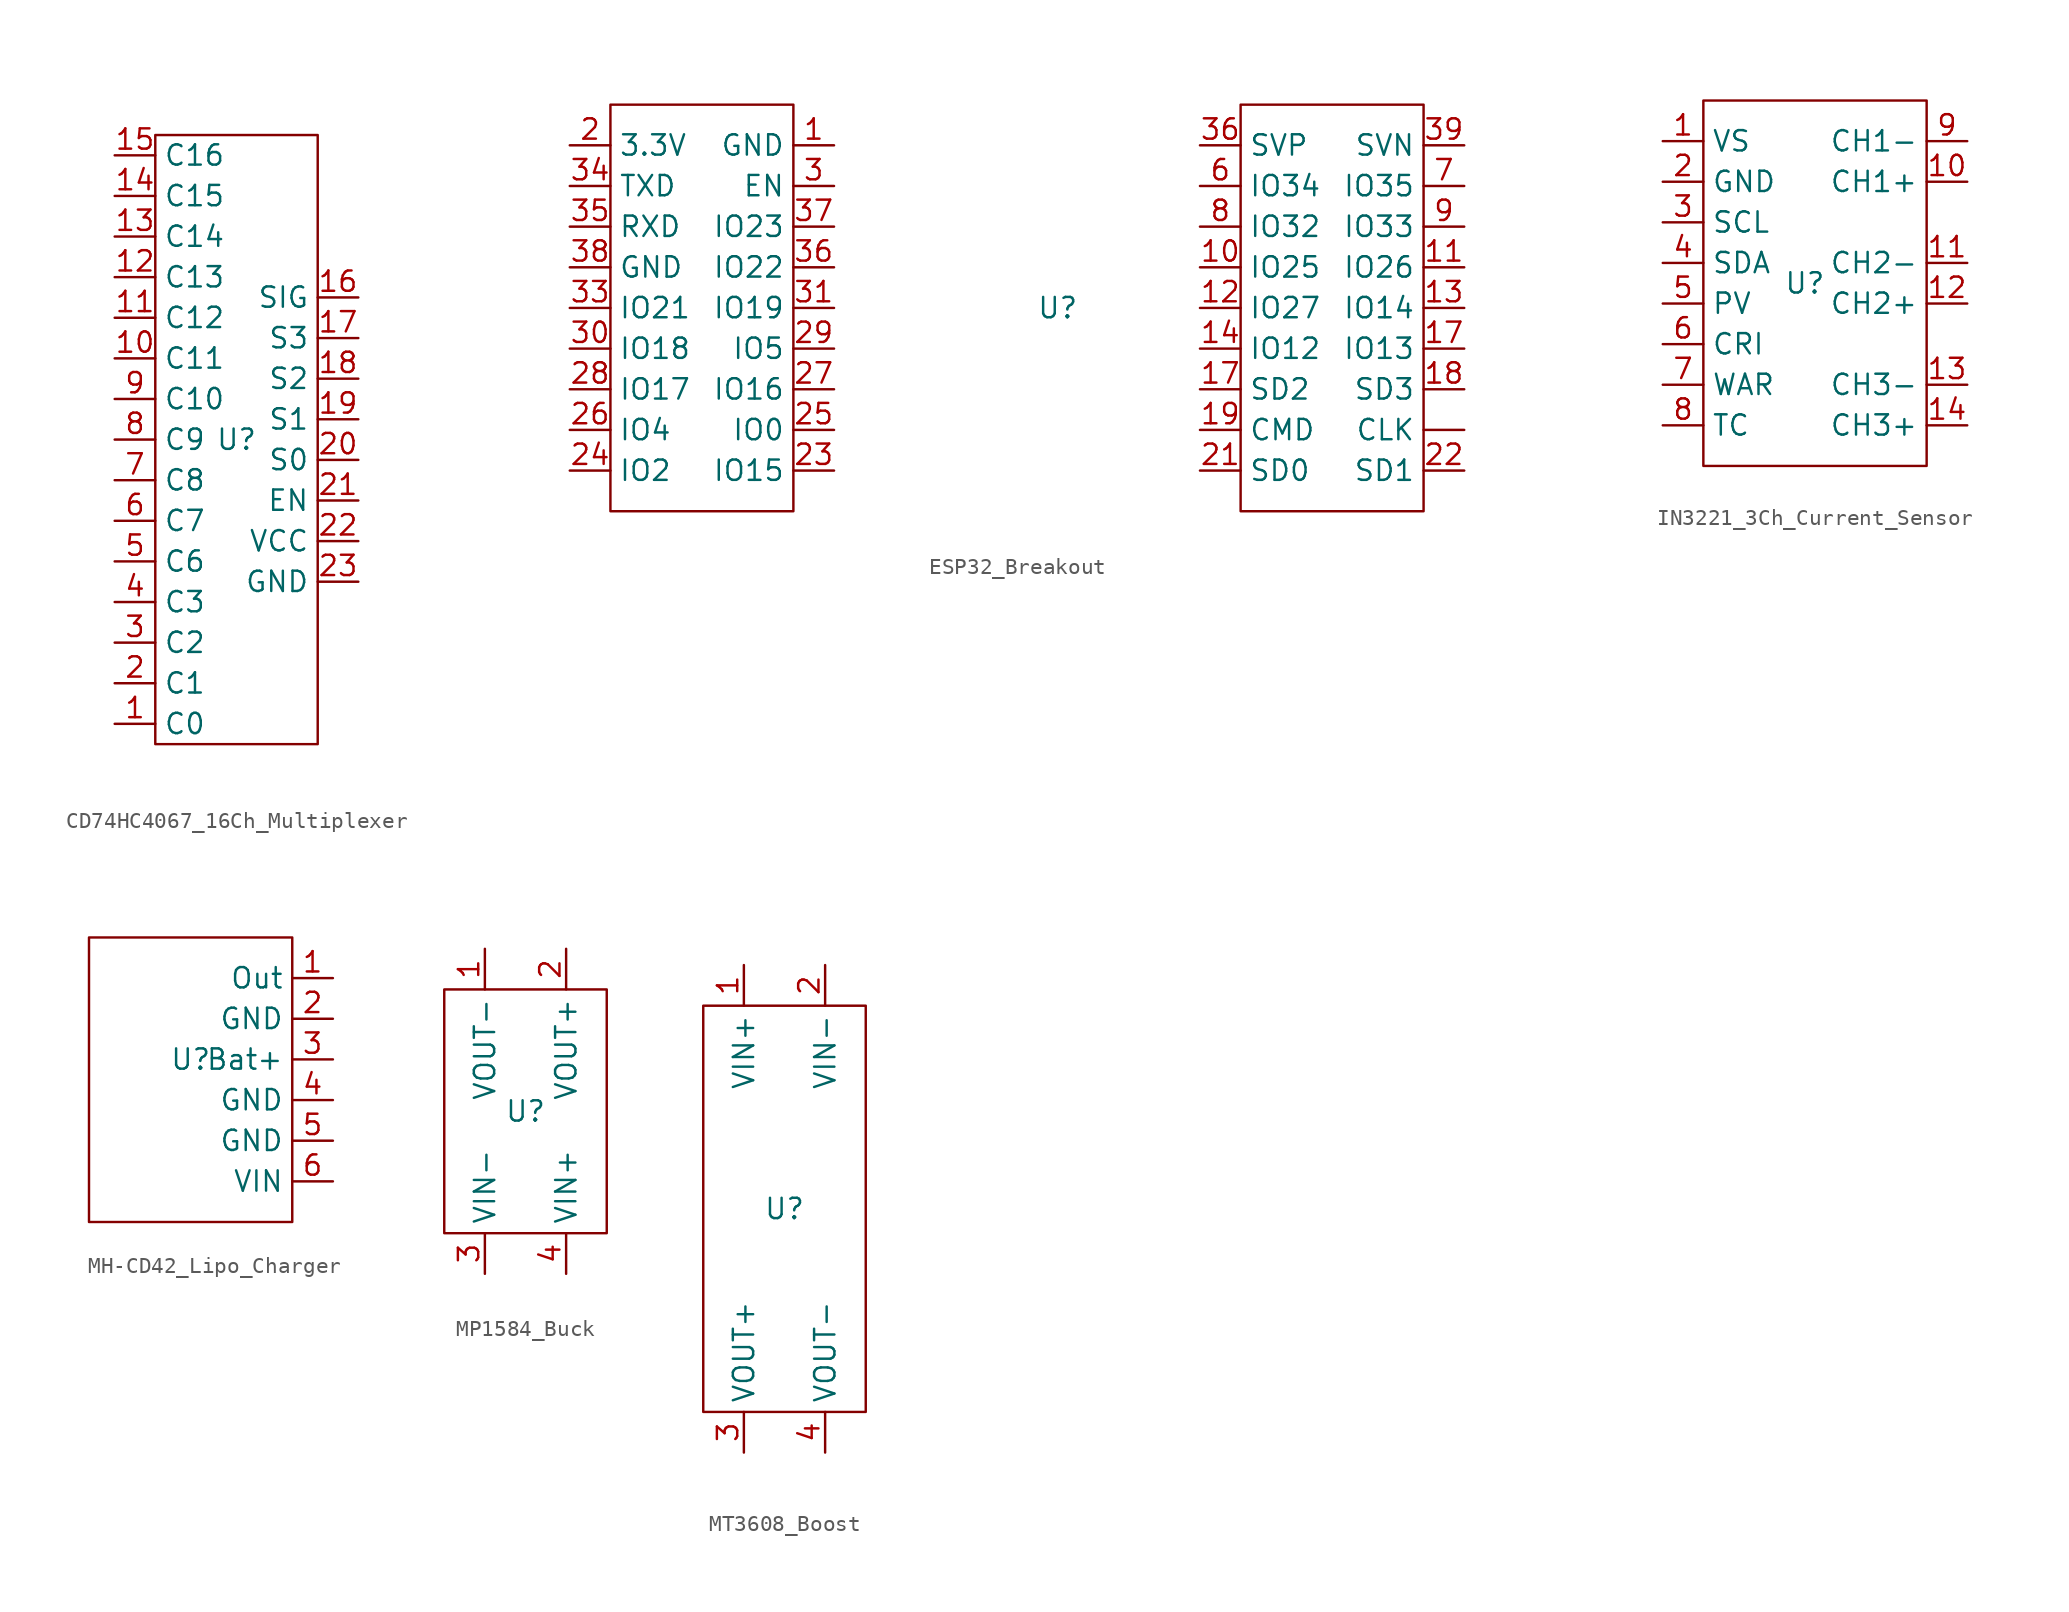
<source format=kicad_sym>
(kicad_symbol_lib
  (version 20231120)
  (generator "kicad_symbol_editor")
  (generator_version "8.0")
  (symbol "CD74HC4067_16Ch_Multiplexer"
    (property "Reference" "U"
      (at 0 0 0)
      (effects (font (size 1.27 1.27))))
    (property "Value" ""
      (at 0 0 0)
      (effects (font (size 1.27 1.27))))
    (symbol "CD74HC4067_16Ch_Multiplexer_0_1"
      (rectangle (start -5.08 19.05) (end 5.08 -19.05) (stroke (width 0) (type default)) (fill (type none))))
    (symbol "CD74HC4067_16Ch_Multiplexer_1_1"
      (pin input line (at -7.62 -17.78 0) (length 2.54) (name "C0" (effects (font (size 1.27 1.27)))) (number "1" (effects (font (size 1.27 1.27)))))
      (pin input line (at -7.62 5.08 0) (length 2.54) (name "C11" (effects (font (size 1.27 1.27)))) (number "10" (effects (font (size 1.27 1.27)))))
      (pin input line (at -7.62 7.62 0) (length 2.54) (name "C12" (effects (font (size 1.27 1.27)))) (number "11" (effects (font (size 1.27 1.27)))))
      (pin input line (at -7.62 10.16 0) (length 2.54) (name "C13" (effects (font (size 1.27 1.27)))) (number "12" (effects (font (size 1.27 1.27)))))
      (pin input line (at -7.62 12.7 0) (length 2.54) (name "C14" (effects (font (size 1.27 1.27)))) (number "13" (effects (font (size 1.27 1.27)))))
      (pin input line (at -7.62 15.24 0) (length 2.54) (name "C15" (effects (font (size 1.27 1.27)))) (number "14" (effects (font (size 1.27 1.27)))))
      (pin input line (at -7.62 17.78 0) (length 2.54) (name "C16" (effects (font (size 1.27 1.27)))) (number "15" (effects (font (size 1.27 1.27)))))
      (pin output line (at 7.62 8.89 180) (length 2.54) (name "SIG" (effects (font (size 1.27 1.27)))) (number "16" (effects (font (size 1.27 1.27)))))
      (pin input line (at 7.62 6.35 180) (length 2.54) (name "S3" (effects (font (size 1.27 1.27)))) (number "17" (effects (font (size 1.27 1.27)))))
      (pin input line (at 7.62 3.81 180) (length 2.54) (name "S2" (effects (font (size 1.27 1.27)))) (number "18" (effects (font (size 1.27 1.27)))))
      (pin input line (at 7.62 1.27 180) (length 2.54) (name "S1" (effects (font (size 1.27 1.27)))) (number "19" (effects (font (size 1.27 1.27)))))
      (pin input line (at -7.62 -15.24 0) (length 2.54) (name "C1" (effects (font (size 1.27 1.27)))) (number "2" (effects (font (size 1.27 1.27)))))
      (pin input line (at 7.62 -1.27 180) (length 2.54) (name "S0" (effects (font (size 1.27 1.27)))) (number "20" (effects (font (size 1.27 1.27)))))
      (pin input line (at 7.62 -3.81 180) (length 2.54) (name "EN" (effects (font (size 1.27 1.27)))) (number "21" (effects (font (size 1.27 1.27)))))
      (pin power_in line (at 7.62 -6.35 180) (length 2.54) (name "VCC" (effects (font (size 1.27 1.27)))) (number "22" (effects (font (size 1.27 1.27)))))
      (pin power_in line (at 7.62 -8.89 180) (length 2.54) (name "GND" (effects (font (size 1.27 1.27)))) (number "23" (effects (font (size 1.27 1.27)))))
      (pin input line (at -7.62 -12.7 0) (length 2.54) (name "C2" (effects (font (size 1.27 1.27)))) (number "3" (effects (font (size 1.27 1.27)))))
      (pin input line (at -7.62 -10.16 0) (length 2.54) (name "C3" (effects (font (size 1.27 1.27)))) (number "4" (effects (font (size 1.27 1.27)))))
      (pin input line (at -7.62 -7.62 0) (length 2.54) (name "C6" (effects (font (size 1.27 1.27)))) (number "5" (effects (font (size 1.27 1.27)))))
      (pin input line (at -7.62 -5.08 0) (length 2.54) (name "C7" (effects (font (size 1.27 1.27)))) (number "6" (effects (font (size 1.27 1.27)))))
      (pin input line (at -7.62 -2.54 0) (length 2.54) (name "C8" (effects (font (size 1.27 1.27)))) (number "7" (effects (font (size 1.27 1.27)))))
      (pin input line (at -7.62 0 0) (length 2.54) (name "C9" (effects (font (size 1.27 1.27)))) (number "8" (effects (font (size 1.27 1.27)))))
      (pin input line (at -7.62 2.54 0) (length 2.54) (name "C10" (effects (font (size 1.27 1.27)))) (number "9" (effects (font (size 1.27 1.27)))))))
  (symbol "ESP32_Breakout"
    (property "Reference" "U"
      (at 2.54 0 0)
      (effects (font (size 1.27 1.27))))
    (property "Value" ""
      (at 2.54 0 0)
      (effects (font (size 1.27 1.27))))
    (symbol "ESP32_Breakout_0_1"
      (rectangle (start -25.4 12.7) (end -13.97 -12.7) (stroke (width 0) (type default)) (fill (type none)))
      (rectangle (start 13.97 12.7) (end 25.4 -12.7) (stroke (width 0) (type default)) (fill (type none))))
    (symbol "ESP32_Breakout_1_1"
      (pin bidirectional line (at 27.94 -7.62 180) (length 2.54) (name "CLK" (effects (font (size 1.27 1.27)))) (number "" (effects (font (size 1.27 1.27)))))
      (pin passive line (at -11.43 10.16 180) (length 2.54) (name "GND" (effects (font (size 1.27 1.27)))) (number "1" (effects (font (size 1.27 1.27)))))
      (pin bidirectional line (at 11.43 2.54 0) (length 2.54) (name "IO25" (effects (font (size 1.27 1.27)))) (number "10" (effects (font (size 1.27 1.27)))))
      (pin bidirectional line (at 27.94 2.54 180) (length 2.54) (name "IO26" (effects (font (size 1.27 1.27)))) (number "11" (effects (font (size 1.27 1.27)))))
      (pin bidirectional line (at 11.43 0 0) (length 2.54) (name "IO27" (effects (font (size 1.27 1.27)))) (number "12" (effects (font (size 1.27 1.27)))))
      (pin bidirectional line (at 27.94 0 180) (length 2.54) (name "IO14" (effects (font (size 1.27 1.27)))) (number "13" (effects (font (size 1.27 1.27)))))
      (pin bidirectional line (at 11.43 -2.54 0) (length 2.54) (name "IO12" (effects (font (size 1.27 1.27)))) (number "14" (effects (font (size 1.27 1.27)))))
      (pin bidirectional line (at 27.94 -2.54 180) (length 2.54) (name "IO13" (effects (font (size 1.27 1.27)))) (number "17" (effects (font (size 1.27 1.27)))))
      (pin bidirectional line (at 11.43 -5.08 0) (length 2.54) (name "SD2" (effects (font (size 1.27 1.27)))) (number "17" (effects (font (size 1.27 1.27)))))
      (pin bidirectional line (at 27.94 -5.08 180) (length 2.54) (name "SD3" (effects (font (size 1.27 1.27)))) (number "18" (effects (font (size 1.27 1.27)))))
      (pin bidirectional line (at 11.43 -7.62 0) (length 2.54) (name "CMD" (effects (font (size 1.27 1.27)))) (number "19" (effects (font (size 1.27 1.27)))))
      (pin power_in line (at -27.94 10.16 0) (length 2.54) (name "3.3V" (effects (font (size 1.27 1.27)))) (number "2" (effects (font (size 1.27 1.27)))))
      (pin bidirectional line (at 11.43 -10.16 0) (length 2.54) (name "SD0" (effects (font (size 1.27 1.27)))) (number "21" (effects (font (size 1.27 1.27)))))
      (pin bidirectional line (at 27.94 -10.16 180) (length 2.54) (name "SD1" (effects (font (size 1.27 1.27)))) (number "22" (effects (font (size 1.27 1.27)))))
      (pin bidirectional line (at -11.43 -10.16 180) (length 2.54) (name "IO15" (effects (font (size 1.27 1.27)))) (number "23" (effects (font (size 1.27 1.27)))))
      (pin bidirectional line (at -27.94 -10.16 0) (length 2.54) (name "IO2" (effects (font (size 1.27 1.27)))) (number "24" (effects (font (size 1.27 1.27)))))
      (pin bidirectional line (at -11.43 -7.62 180) (length 2.54) (name "IO0" (effects (font (size 1.27 1.27)))) (number "25" (effects (font (size 1.27 1.27)))))
      (pin bidirectional line (at -27.94 -7.62 0) (length 2.54) (name "IO4" (effects (font (size 1.27 1.27)))) (number "26" (effects (font (size 1.27 1.27)))))
      (pin bidirectional line (at -11.43 -5.08 180) (length 2.54) (name "IO16" (effects (font (size 1.27 1.27)))) (number "27" (effects (font (size 1.27 1.27)))))
      (pin bidirectional line (at -27.94 -5.08 0) (length 2.54) (name "IO17" (effects (font (size 1.27 1.27)))) (number "28" (effects (font (size 1.27 1.27)))))
      (pin bidirectional line (at -11.43 -2.54 180) (length 2.54) (name "IO5" (effects (font (size 1.27 1.27)))) (number "29" (effects (font (size 1.27 1.27)))))
      (pin input line (at -11.43 7.62 180) (length 2.54) (name "EN" (effects (font (size 1.27 1.27)))) (number "3" (effects (font (size 1.27 1.27)))))
      (pin bidirectional line (at -27.94 -2.54 0) (length 2.54) (name "IO18" (effects (font (size 1.27 1.27)))) (number "30" (effects (font (size 1.27 1.27)))))
      (pin bidirectional line (at -11.43 0 180) (length 2.54) (name "IO19" (effects (font (size 1.27 1.27)))) (number "31" (effects (font (size 1.27 1.27)))))
      (pin bidirectional line (at -27.94 0 0) (length 2.54) (name "IO21" (effects (font (size 1.27 1.27)))) (number "33" (effects (font (size 1.27 1.27)))))
      (pin output line (at -27.94 7.62 0) (length 2.54) (name "TXD" (effects (font (size 1.27 1.27)))) (number "34" (effects (font (size 1.27 1.27)))))
      (pin input line (at -27.94 5.08 0) (length 2.54) (name "RXD" (effects (font (size 1.27 1.27)))) (number "35" (effects (font (size 1.27 1.27)))))
      (pin bidirectional line (at -11.43 2.54 180) (length 2.54) (name "IO22" (effects (font (size 1.27 1.27)))) (number "36" (effects (font (size 1.27 1.27)))))
      (pin input line (at 11.43 10.16 0) (length 2.54) (name "SVP" (effects (font (size 1.27 1.27)))) (number "36" (effects (font (size 1.27 1.27)))))
      (pin bidirectional line (at -11.43 5.08 180) (length 2.54) (name "IO23" (effects (font (size 1.27 1.27)))) (number "37" (effects (font (size 1.27 1.27)))))
      (pin passive line (at -27.94 2.54 0) (length 2.54) (name "GND" (effects (font (size 1.27 1.27)))) (number "38" (effects (font (size 1.27 1.27)))))
      (pin bidirectional line (at 27.94 10.16 180) (length 2.54) (name "SVN" (effects (font (size 1.27 1.27)))) (number "39" (effects (font (size 1.27 1.27)))))
      (pin bidirectional line (at 11.43 7.62 0) (length 2.54) (name "IO34" (effects (font (size 1.27 1.27)))) (number "6" (effects (font (size 1.27 1.27)))))
      (pin bidirectional line (at 27.94 7.62 180) (length 2.54) (name "IO35" (effects (font (size 1.27 1.27)))) (number "7" (effects (font (size 1.27 1.27)))))
      (pin bidirectional line (at 11.43 5.08 0) (length 2.54) (name "IO32" (effects (font (size 1.27 1.27)))) (number "8" (effects (font (size 1.27 1.27)))))
      (pin bidirectional line (at 27.94 5.08 180) (length 2.54) (name "IO33" (effects (font (size 1.27 1.27)))) (number "9" (effects (font (size 1.27 1.27)))))))
  (symbol "IN3221_3Ch_Current_Sensor"
    (property "Reference" "U"
      (at 0 0 0)
      (effects (font (size 1.27 1.27))))
    (property "Value" ""
      (at 0 0 0)
      (effects (font (size 1.27 1.27))))
    (symbol "IN3221_3Ch_Current_Sensor_0_1"
      (rectangle (start -6.35 11.43) (end 7.62 -11.43) (stroke (width 0) (type default)) (fill (type none))))
    (symbol "IN3221_3Ch_Current_Sensor_1_1"
      (pin power_in line (at -8.89 8.89 0) (length 2.54) (name "VS" (effects (font (size 1.27 1.27)))) (number "1" (effects (font (size 1.27 1.27)))))
      (pin input line (at 10.16 6.35 180) (length 2.54) (name "CH1+" (effects (font (size 1.27 1.27)))) (number "10" (effects (font (size 1.27 1.27)))))
      (pin input line (at 10.16 1.27 180) (length 2.54) (name "CH2-" (effects (font (size 1.27 1.27)))) (number "11" (effects (font (size 1.27 1.27)))))
      (pin input line (at 10.16 -1.27 180) (length 2.54) (name "CH2+" (effects (font (size 1.27 1.27)))) (number "12" (effects (font (size 1.27 1.27)))))
      (pin input line (at 10.16 -6.35 180) (length 2.54) (name "CH3-" (effects (font (size 1.27 1.27)))) (number "13" (effects (font (size 1.27 1.27)))))
      (pin input line (at 10.16 -8.89 180) (length 2.54) (name "CH3+" (effects (font (size 1.27 1.27)))) (number "14" (effects (font (size 1.27 1.27)))))
      (pin power_in line (at -8.89 6.35 0) (length 2.54) (name "GND" (effects (font (size 1.27 1.27)))) (number "2" (effects (font (size 1.27 1.27)))))
      (pin input line (at -8.89 3.81 0) (length 2.54) (name "SCL" (effects (font (size 1.27 1.27)))) (number "3" (effects (font (size 1.27 1.27)))))
      (pin input line (at -8.89 1.27 0) (length 2.54) (name "SDA" (effects (font (size 1.27 1.27)))) (number "4" (effects (font (size 1.27 1.27)))))
      (pin input line (at -8.89 -1.27 0) (length 2.54) (name "PV" (effects (font (size 1.27 1.27)))) (number "5" (effects (font (size 1.27 1.27)))))
      (pin input line (at -8.89 -3.81 0) (length 2.54) (name "CRI" (effects (font (size 1.27 1.27)))) (number "6" (effects (font (size 1.27 1.27)))))
      (pin input line (at -8.89 -6.35 0) (length 2.54) (name "WAR" (effects (font (size 1.27 1.27)))) (number "7" (effects (font (size 1.27 1.27)))))
      (pin input line (at -8.89 -8.89 0) (length 2.54) (name "TC" (effects (font (size 1.27 1.27)))) (number "8" (effects (font (size 1.27 1.27)))))
      (pin input line (at 10.16 8.89 180) (length 2.54) (name "CH1-" (effects (font (size 1.27 1.27)))) (number "9" (effects (font (size 1.27 1.27)))))))
  (symbol "MH-CD42_Lipo_Charger"
    (property "Reference" "U"
      (at 0 1.27 0)
      (effects (font (size 1.27 1.27))))
    (property "Value" ""
      (at 0 1.27 0)
      (effects (font (size 1.27 1.27))))
    (symbol "MH-CD42_Lipo_Charger_0_1"
      (rectangle (start -6.35 8.89) (end 6.35 -8.89) (stroke (width 0) (type default)) (fill (type none))))
    (symbol "MH-CD42_Lipo_Charger_1_1"
      (pin input line (at 8.89 6.35 180) (length 2.54) (name "Out" (effects (font (size 1.27 1.27)))) (number "1" (effects (font (size 1.27 1.27)))))
      (pin passive line (at 8.89 3.81 180) (length 2.54) (name "GND" (effects (font (size 1.27 1.27)))) (number "2" (effects (font (size 1.27 1.27)))))
      (pin bidirectional line (at 8.89 1.27 180) (length 2.54) (name "Bat+" (effects (font (size 1.27 1.27)))) (number "3" (effects (font (size 1.27 1.27)))))
      (pin passive line (at 8.89 -1.27 180) (length 2.54) (name "GND" (effects (font (size 1.27 1.27)))) (number "4" (effects (font (size 1.27 1.27)))))
      (pin passive line (at 8.89 -3.81 180) (length 2.54) (name "GND" (effects (font (size 1.27 1.27)))) (number "5" (effects (font (size 1.27 1.27)))))
      (pin power_in line (at 8.89 -6.35 180) (length 2.54) (name "VIN" (effects (font (size 1.27 1.27)))) (number "6" (effects (font (size 1.27 1.27)))))))
  (symbol "MP1584_Buck"
    (property "Reference" "U"
      (at 0 0 0)
      (effects (font (size 1.27 1.27))))
    (property "Value" ""
      (at 0 0 0)
      (effects (font (size 1.27 1.27))))
    (symbol "MP1584_Buck_0_1"
      (rectangle (start -5.08 7.62) (end 5.08 -7.62) (stroke (width 0) (type default)) (fill (type none))))
    (symbol "MP1584_Buck_1_1"
      (pin power_in line (at -2.54 10.16 270) (length 2.54) (name "VOUT-" (effects (font (size 1.27 1.27)))) (number "1" (effects (font (size 1.27 1.27)))))
      (pin power_in line (at 2.54 10.16 270) (length 2.54) (name "VOUT+" (effects (font (size 1.27 1.27)))) (number "2" (effects (font (size 1.27 1.27)))))
      (pin power_in line (at -2.54 -10.16 90) (length 2.54) (name "VIN-" (effects (font (size 1.27 1.27)))) (number "3" (effects (font (size 1.27 1.27)))))
      (pin power_in line (at 2.54 -10.16 90) (length 2.54) (name "VIN+" (effects (font (size 1.27 1.27)))) (number "4" (effects (font (size 1.27 1.27)))))))
  (symbol "MT3608_Boost"
    (property "Reference" "U"
      (at 0 0 0)
      (effects (font (size 1.27 1.27))))
    (property "Value" ""
      (at 0 0 0)
      (effects (font (size 1.27 1.27))))
    (symbol "MT3608_Boost_0_1"
      (rectangle (start -5.08 12.7) (end 5.08 -12.7) (stroke (width 0) (type default)) (fill (type none))))
    (symbol "MT3608_Boost_1_1"
      (pin power_in line (at -2.54 15.24 270) (length 2.54) (name "VIN+" (effects (font (size 1.27 1.27)))) (number "1" (effects (font (size 1.27 1.27)))))
      (pin power_in line (at 2.54 15.24 270) (length 2.54) (name "VIN-" (effects (font (size 1.27 1.27)))) (number "2" (effects (font (size 1.27 1.27)))))
      (pin power_in line (at -2.54 -15.24 90) (length 2.54) (name "VOUT+" (effects (font (size 1.27 1.27)))) (number "3" (effects (font (size 1.27 1.27)))))
      (pin power_in line (at 2.54 -15.24 90) (length 2.54) (name "VOUT-" (effects (font (size 1.27 1.27)))) (number "4" (effects (font (size 1.27 1.27))))))))
</source>
